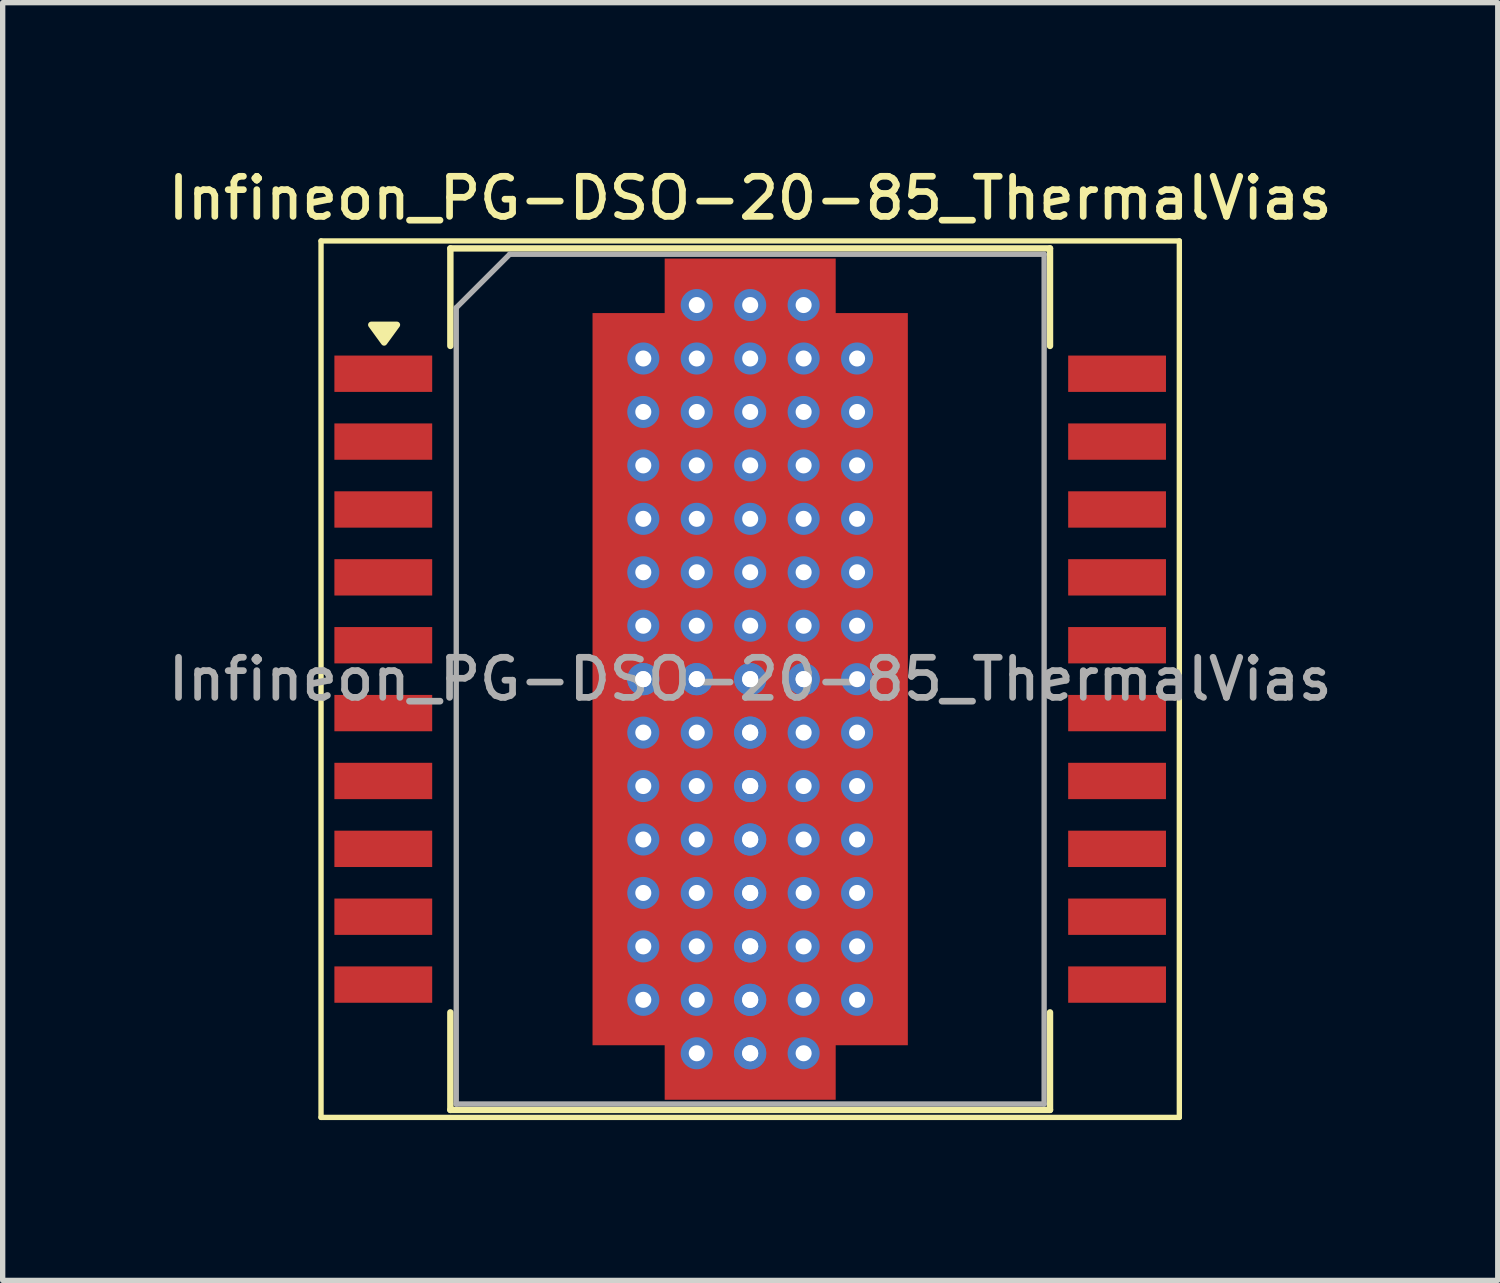
<source format=kicad_pcb>
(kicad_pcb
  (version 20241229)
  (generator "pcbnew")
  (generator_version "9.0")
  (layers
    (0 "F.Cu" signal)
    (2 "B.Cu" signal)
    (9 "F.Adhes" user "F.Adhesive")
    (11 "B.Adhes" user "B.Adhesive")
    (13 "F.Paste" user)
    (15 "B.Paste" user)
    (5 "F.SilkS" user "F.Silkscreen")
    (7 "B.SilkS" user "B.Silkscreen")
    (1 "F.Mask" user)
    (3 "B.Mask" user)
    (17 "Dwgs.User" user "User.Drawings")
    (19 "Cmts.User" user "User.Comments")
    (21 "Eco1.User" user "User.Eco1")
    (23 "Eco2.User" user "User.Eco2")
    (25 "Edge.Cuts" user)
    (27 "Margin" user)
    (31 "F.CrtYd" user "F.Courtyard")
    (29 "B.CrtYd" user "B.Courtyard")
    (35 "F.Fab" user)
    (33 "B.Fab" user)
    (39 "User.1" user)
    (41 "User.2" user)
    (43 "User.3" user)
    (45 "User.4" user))
  (footprint "Infineon_PG-DSO-20-85_ThermalVias"
    (layer "F.Cu")
    (at 10.987 9.658)
    (property "Reference" "Infineon_PG-DSO-20-85_ThermalVias" (at 0 -9 0) (layer "F.SilkS") (effects (font (size 0.75 0.75) (thickness 0.125))))
    (attr smd)
    (fp_line (start -8.03 -8.2) (end 8.03 -8.2) (stroke (width 0.1) (type solid)) (layer "F.SilkS"))
    (fp_line (start -8.03 8.2) (end -8.03 -8.2) (stroke (width 0.1) (type solid)) (layer "F.SilkS"))
    (fp_line (start -8.03 8.2) (end 8.03 8.2) (stroke (width 0.1) (type solid)) (layer "F.SilkS"))
    (fp_line (start -5.61 -8.06) (end 5.61 -8.06) (stroke (width 0.12) (type solid)) (layer "F.SilkS"))
    (fp_line (start -5.61 -6.235) (end -5.61 -8.06) (stroke (width 0.12) (type solid)) (layer "F.SilkS"))
    (fp_line (start -5.61 6.235) (end -5.61 8.06) (stroke (width 0.12) (type solid)) (layer "F.SilkS"))
    (fp_line (start 5.61 -6.235) (end 5.61 -8.06) (stroke (width 0.12) (type solid)) (layer "F.SilkS"))
    (fp_line (start 5.61 6.235) (end 5.61 8.06) (stroke (width 0.12) (type solid)) (layer "F.SilkS"))
    (fp_line (start 5.61 8.06) (end -5.61 8.06) (stroke (width 0.12) (type solid)) (layer "F.SilkS"))
    (fp_line (start 8.03 8.2) (end 8.03 -8.2) (stroke (width 0.1) (type solid)) (layer "F.SilkS"))
    (fp_poly (pts (xy -6.85 -6.3) (xy -7.09 -6.63) (xy -6.61 -6.63) (xy -6.85 -6.3)) (stroke (width 0.12) (type solid)) (fill yes) (layer "F.SilkS"))
    (fp_line (start -5.5 -6.95) (end -4.5 -7.95) (stroke (width 0.1) (type solid)) (layer "F.Fab"))
    (fp_line (start -5.5 7.95) (end -5.5 -6.95) (stroke (width 0.1) (type solid)) (layer "F.Fab"))
    (fp_line (start -4.5 -7.95) (end 5.5 -7.95) (stroke (width 0.1) (type solid)) (layer "F.Fab"))
    (fp_line (start 5.5 -7.95) (end 5.5 7.95) (stroke (width 0.1) (type solid)) (layer "F.Fab"))
    (fp_line (start 5.5 7.95) (end -5.5 7.95) (stroke (width 0.1) (type solid)) (layer "F.Fab"))
    (fp_text user "${REFERENCE}" (at 0 0 0) (layer "F.Fab") (effects (font (size 0.75 0.75) (thickness 0.125))))
    (pad "" smd rect (at -1.4 -4.95) (size 2.4 2.8) (layers "F.Paste"))
    (pad "" smd rect (at -1.4 -1.65) (size 2.4 2.8) (layers "F.Paste"))
    (pad "" smd rect (at -1.4 1.65) (size 2.4 2.8) (layers "F.Paste"))
    (pad "" smd rect (at -1.4 4.95) (size 2.4 2.8) (layers "F.Paste"))
    (pad "" smd rect (at 0 -7.36) (size 3.2 1) (layers "F.Paste"))
    (pad "" smd rect (at 0 7.36) (size 3.2 1) (layers "F.Paste"))
    (pad "" smd rect (at 1.4 -4.95) (size 2.4 2.8) (layers "F.Paste"))
    (pad "" smd rect (at 1.4 -1.65) (size 2.4 2.8) (layers "F.Paste"))
    (pad "" smd rect (at 1.4 1.65) (size 2.4 2.8) (layers "F.Paste"))
    (pad "" smd rect (at 1.4 4.95) (size 2.4 2.8) (layers "F.Paste"))
    (pad "1" smd rect (at -6.865 -5.715) (size 1.83 0.68) (layers "F.Cu" "F.Mask" "F.Paste"))
    (pad "1" thru_hole circle (at -2 -6) (size 0.6 0.6) (drill 0.3) (layers "*.Cu" "*.Mask"))
    (pad "1" thru_hole circle (at -2 -5) (size 0.6 0.6) (drill 0.3) (layers "*.Cu" "*.Mask"))
    (pad "1" thru_hole circle (at -2 -4) (size 0.6 0.6) (drill 0.3) (layers "*.Cu" "*.Mask"))
    (pad "1" thru_hole circle (at -2 -3) (size 0.6 0.6) (drill 0.3) (layers "*.Cu" "*.Mask"))
    (pad "1" thru_hole circle (at -2 -2) (size 0.6 0.6) (drill 0.3) (layers "*.Cu" "*.Mask"))
    (pad "1" thru_hole circle (at -2 -1) (size 0.6 0.6) (drill 0.3) (layers "*.Cu" "*.Mask"))
    (pad "1" thru_hole circle (at -2 0) (size 0.6 0.6) (drill 0.3) (layers "*.Cu" "*.Mask"))
    (pad "1" thru_hole circle (at -2 0) (size 0.6 0.6) (drill 0.3) (layers "*.Cu" "*.Mask"))
    (pad "1" thru_hole circle (at -2 1) (size 0.6 0.6) (drill 0.3) (layers "*.Cu" "*.Mask"))
    (pad "1" thru_hole circle (at -2 2) (size 0.6 0.6) (drill 0.3) (layers "*.Cu" "*.Mask"))
    (pad "1" thru_hole circle (at -2 3) (size 0.6 0.6) (drill 0.3) (layers "*.Cu" "*.Mask"))
    (pad "1" thru_hole circle (at -2 4) (size 0.6 0.6) (drill 0.3) (layers "*.Cu" "*.Mask"))
    (pad "1" thru_hole circle (at -2 5) (size 0.6 0.6) (drill 0.3) (layers "*.Cu" "*.Mask"))
    (pad "1" thru_hole circle (at -2 6) (size 0.6 0.6) (drill 0.3) (layers "*.Cu" "*.Mask"))
    (pad "1" thru_hole circle (at -1 -7) (size 0.6 0.6) (drill 0.3) (layers "*.Cu" "*.Mask"))
    (pad "1" thru_hole circle (at -1 -6) (size 0.6 0.6) (drill 0.3) (layers "*.Cu" "*.Mask"))
    (pad "1" thru_hole circle (at -1 -5) (size 0.6 0.6) (drill 0.3) (layers "*.Cu" "*.Mask"))
    (pad "1" thru_hole circle (at -1 -4) (size 0.6 0.6) (drill 0.3) (layers "*.Cu" "*.Mask"))
    (pad "1" thru_hole circle (at -1 -3) (size 0.6 0.6) (drill 0.3) (layers "*.Cu" "*.Mask"))
    (pad "1" thru_hole circle (at -1 -2) (size 0.6 0.6) (drill 0.3) (layers "*.Cu" "*.Mask"))
    (pad "1" thru_hole circle (at -1 -1) (size 0.6 0.6) (drill 0.3) (layers "*.Cu" "*.Mask"))
    (pad "1" thru_hole circle (at -1 0) (size 0.6 0.6) (drill 0.3) (layers "*.Cu" "*.Mask"))
    (pad "1" thru_hole circle (at -1 0) (size 0.6 0.6) (drill 0.3) (layers "*.Cu" "*.Mask"))
    (pad "1" thru_hole circle (at -1 1) (size 0.6 0.6) (drill 0.3) (layers "*.Cu" "*.Mask"))
    (pad "1" thru_hole circle (at -1 2) (size 0.6 0.6) (drill 0.3) (layers "*.Cu" "*.Mask"))
    (pad "1" thru_hole circle (at -1 3) (size 0.6 0.6) (drill 0.3) (layers "*.Cu" "*.Mask"))
    (pad "1" thru_hole circle (at -1 4) (size 0.6 0.6) (drill 0.3) (layers "*.Cu" "*.Mask"))
    (pad "1" thru_hole circle (at -1 5) (size 0.6 0.6) (drill 0.3) (layers "*.Cu" "*.Mask"))
    (pad "1" thru_hole circle (at -1 6) (size 0.6 0.6) (drill 0.3) (layers "*.Cu" "*.Mask"))
    (pad "1" thru_hole circle (at -1 7) (size 0.6 0.6) (drill 0.3) (layers "*.Cu" "*.Mask"))
    (pad "1" thru_hole circle (at 0 -7) (size 0.6 0.6) (drill 0.3) (layers "*.Cu" "*.Mask"))
    (pad "1" thru_hole circle (at 0 -6) (size 0.6 0.6) (drill 0.3) (layers "*.Cu" "*.Mask"))
    (pad "1" thru_hole circle (at 0 -5) (size 0.6 0.6) (drill 0.3) (layers "*.Cu" "*.Mask"))
    (pad "1" thru_hole circle (at 0 -4) (size 0.6 0.6) (drill 0.3) (layers "*.Cu" "*.Mask"))
    (pad "1" thru_hole circle (at 0 -3) (size 0.6 0.6) (drill 0.3) (layers "*.Cu" "*.Mask"))
    (pad "1" thru_hole circle (at 0 -2) (size 0.6 0.6) (drill 0.3) (layers "*.Cu" "*.Mask"))
    (pad "1" thru_hole circle (at 0 -1) (size 0.6 0.6) (drill 0.3) (layers "*.Cu" "*.Mask"))
    (pad "1" thru_hole circle (at 0 0) (size 0.6 0.6) (drill 0.3) (layers "*.Cu" "*.Mask"))
    (pad "1" thru_hole circle (at 0 0) (size 0.6 0.6) (drill 0.3) (layers "*.Cu" "*.Mask"))
    (pad "1" thru_hole circle (at 0 1) (size 0.6 0.6) (drill 0.3) (layers "*.Cu" "*.Mask"))
    (pad "1" thru_hole circle (at 0 1) (size 0.6 0.6) (drill 0.3) (layers "*.Cu" "*.Mask"))
    (pad "1" thru_hole circle (at 0 2) (size 0.6 0.6) (drill 0.3) (layers "*.Cu" "*.Mask"))
    (pad "1" thru_hole circle (at 0 2) (size 0.6 0.6) (drill 0.3) (layers "*.Cu" "*.Mask"))
    (pad "1" thru_hole circle (at 0 3) (size 0.6 0.6) (drill 0.3) (layers "*.Cu" "*.Mask"))
    (pad "1" thru_hole circle (at 0 3) (size 0.6 0.6) (drill 0.3) (layers "*.Cu" "*.Mask"))
    (pad "1" thru_hole circle (at 0 4) (size 0.6 0.6) (drill 0.3) (layers "*.Cu" "*.Mask"))
    (pad "1" thru_hole circle (at 0 4) (size 0.6 0.6) (drill 0.3) (layers "*.Cu" "*.Mask"))
    (pad "1" thru_hole circle (at 0 5) (size 0.6 0.6) (drill 0.3) (layers "*.Cu" "*.Mask"))
    (pad "1" thru_hole circle (at 0 5) (size 0.6 0.6) (drill 0.3) (layers "*.Cu" "*.Mask"))
    (pad "1" thru_hole circle (at 0 6) (size 0.6 0.6) (drill 0.3) (layers "*.Cu" "*.Mask"))
    (pad "1" thru_hole circle (at 0 6) (size 0.6 0.6) (drill 0.3) (layers "*.Cu" "*.Mask"))
    (pad "1" thru_hole circle (at 0 7) (size 0.6 0.6) (drill 0.3) (layers "*.Cu" "*.Mask"))
    (pad "1" thru_hole circle (at 0 7) (size 0.6 0.6) (drill 0.3) (layers "*.Cu" "*.Mask"))
    (pad "1" thru_hole circle (at 1 -7) (size 0.6 0.6) (drill 0.3) (layers "*.Cu" "*.Mask"))
    (pad "1" thru_hole circle (at 1 -6) (size 0.6 0.6) (drill 0.3) (layers "*.Cu" "*.Mask"))
    (pad "1" thru_hole circle (at 1 -5) (size 0.6 0.6) (drill 0.3) (layers "*.Cu" "*.Mask"))
    (pad "1" thru_hole circle (at 1 -4) (size 0.6 0.6) (drill 0.3) (layers "*.Cu" "*.Mask"))
    (pad "1" thru_hole circle (at 1 -3) (size 0.6 0.6) (drill 0.3) (layers "*.Cu" "*.Mask"))
    (pad "1" thru_hole circle (at 1 -2) (size 0.6 0.6) (drill 0.3) (layers "*.Cu" "*.Mask"))
    (pad "1" thru_hole circle (at 1 -1) (size 0.6 0.6) (drill 0.3) (layers "*.Cu" "*.Mask"))
    (pad "1" thru_hole circle (at 1 0) (size 0.6 0.6) (drill 0.3) (layers "*.Cu" "*.Mask"))
    (pad "1" thru_hole circle (at 1 0) (size 0.6 0.6) (drill 0.3) (layers "*.Cu" "*.Mask"))
    (pad "1" thru_hole circle (at 1 1) (size 0.6 0.6) (drill 0.3) (layers "*.Cu" "*.Mask"))
    (pad "1" thru_hole circle (at 1 2) (size 0.6 0.6) (drill 0.3) (layers "*.Cu" "*.Mask"))
    (pad "1" thru_hole circle (at 1 3) (size 0.6 0.6) (drill 0.3) (layers "*.Cu" "*.Mask"))
    (pad "1" thru_hole circle (at 1 4) (size 0.6 0.6) (drill 0.3) (layers "*.Cu" "*.Mask"))
    (pad "1" thru_hole circle (at 1 5) (size 0.6 0.6) (drill 0.3) (layers "*.Cu" "*.Mask"))
    (pad "1" thru_hole circle (at 1 6) (size 0.6 0.6) (drill 0.3) (layers "*.Cu" "*.Mask"))
    (pad "1" thru_hole circle (at 1 7) (size 0.6 0.6) (drill 0.3) (layers "*.Cu" "*.Mask"))
    (pad "1" thru_hole circle (at 2 -6) (size 0.6 0.6) (drill 0.3) (layers "*.Cu" "*.Mask"))
    (pad "1" thru_hole circle (at 2 -5) (size 0.6 0.6) (drill 0.3) (layers "*.Cu" "*.Mask"))
    (pad "1" thru_hole circle (at 2 -4) (size 0.6 0.6) (drill 0.3) (layers "*.Cu" "*.Mask"))
    (pad "1" thru_hole circle (at 2 -3) (size 0.6 0.6) (drill 0.3) (layers "*.Cu" "*.Mask"))
    (pad "1" thru_hole circle (at 2 -2) (size 0.6 0.6) (drill 0.3) (layers "*.Cu" "*.Mask"))
    (pad "1" thru_hole circle (at 2 -1) (size 0.6 0.6) (drill 0.3) (layers "*.Cu" "*.Mask"))
    (pad "1" thru_hole circle (at 2 0) (size 0.6 0.6) (drill 0.3) (layers "*.Cu" "*.Mask"))
    (pad "1" thru_hole circle (at 2 1) (size 0.6 0.6) (drill 0.3) (layers "*.Cu" "*.Mask"))
    (pad "1" thru_hole circle (at 2 2) (size 0.6 0.6) (drill 0.3) (layers "*.Cu" "*.Mask"))
    (pad "1" thru_hole circle (at 2 3) (size 0.6 0.6) (drill 0.3) (layers "*.Cu" "*.Mask"))
    (pad "1" thru_hole circle (at 2 4) (size 0.6 0.6) (drill 0.3) (layers "*.Cu" "*.Mask"))
    (pad "1" thru_hole circle (at 2 5) (size 0.6 0.6) (drill 0.3) (layers "*.Cu" "*.Mask"))
    (pad "1" thru_hole circle (at 2 6) (size 0.6 0.6) (drill 0.3) (layers "*.Cu" "*.Mask"))
    (pad "2" smd rect (at -6.865 -4.445) (size 1.83 0.68) (layers "F.Cu" "F.Mask" "F.Paste"))
    (pad "3" smd rect (at -6.865 -3.175) (size 1.83 0.68) (layers "F.Cu" "F.Mask" "F.Paste"))
    (pad "4" smd rect (at -6.865 -1.905) (size 1.83 0.68) (layers "F.Cu" "F.Mask" "F.Paste"))
    (pad "5" smd rect (at -6.865 -0.635) (size 1.83 0.68) (layers "F.Cu" "F.Mask" "F.Paste"))
    (pad "6" smd rect (at -6.865 0.635) (size 1.83 0.68) (layers "F.Cu" "F.Mask" "F.Paste"))
    (pad "7" smd rect (at -6.865 1.905) (size 1.83 0.68) (layers "F.Cu" "F.Mask" "F.Paste"))
    (pad "8" smd rect (at -6.865 3.175) (size 1.83 0.68) (layers "F.Cu" "F.Mask" "F.Paste"))
    (pad "9" smd rect (at -6.865 4.445) (size 1.83 0.68) (layers "F.Cu" "F.Mask" "F.Paste"))
    (pad "10" smd rect (at -6.865 5.715) (size 1.83 0.68) (layers "F.Cu" "F.Mask" "F.Paste"))
    (pad "11" smd rect (at 6.865 5.715) (size 1.83 0.68) (layers "F.Cu" "F.Mask" "F.Paste"))
    (pad "12" smd rect (at 6.865 4.445) (size 1.83 0.68) (layers "F.Cu" "F.Mask" "F.Paste"))
    (pad "13" smd rect (at 6.865 3.175) (size 1.83 0.68) (layers "F.Cu" "F.Mask" "F.Paste"))
    (pad "14" smd rect (at 6.865 1.905) (size 1.83 0.68) (layers "F.Cu" "F.Mask" "F.Paste"))
    (pad "15" smd rect (at 6.865 0.635) (size 1.83 0.68) (layers "F.Cu" "F.Mask" "F.Paste"))
    (pad "16" smd rect (at 6.865 -0.635) (size 1.83 0.68) (layers "F.Cu" "F.Mask" "F.Paste"))
    (pad "17" smd rect (at 6.865 -1.905) (size 1.83 0.68) (layers "F.Cu" "F.Mask" "F.Paste"))
    (pad "18" smd rect (at 6.865 -3.175) (size 1.83 0.68) (layers "F.Cu" "F.Mask" "F.Paste"))
    (pad "19" smd rect (at 6.865 -4.445) (size 1.83 0.68) (layers "F.Cu" "F.Mask" "F.Paste"))
    (pad "20" smd rect (at 6.865 -5.715) (size 1.83 0.68) (layers "F.Cu" "F.Mask" "F.Paste"))
    (pad "21" smd custom (at 0 0) (size 5.9 13.7) (layers "F.Cu" "F.Mask") (options (anchor rect)) (primitives (gr_poly (pts (xy 1.6 7.87) (xy -1.6 7.87) (xy -1.6 -7.87) (xy 1.6 -7.87)) (width 0) (fill yes)))))
  (gr_rect
    (start -3 -3)
    (end 24.975 20.908)
    (stroke (width 0.1) (type default))
    (fill no)
    (layer "Edge.Cuts")))
</source>
